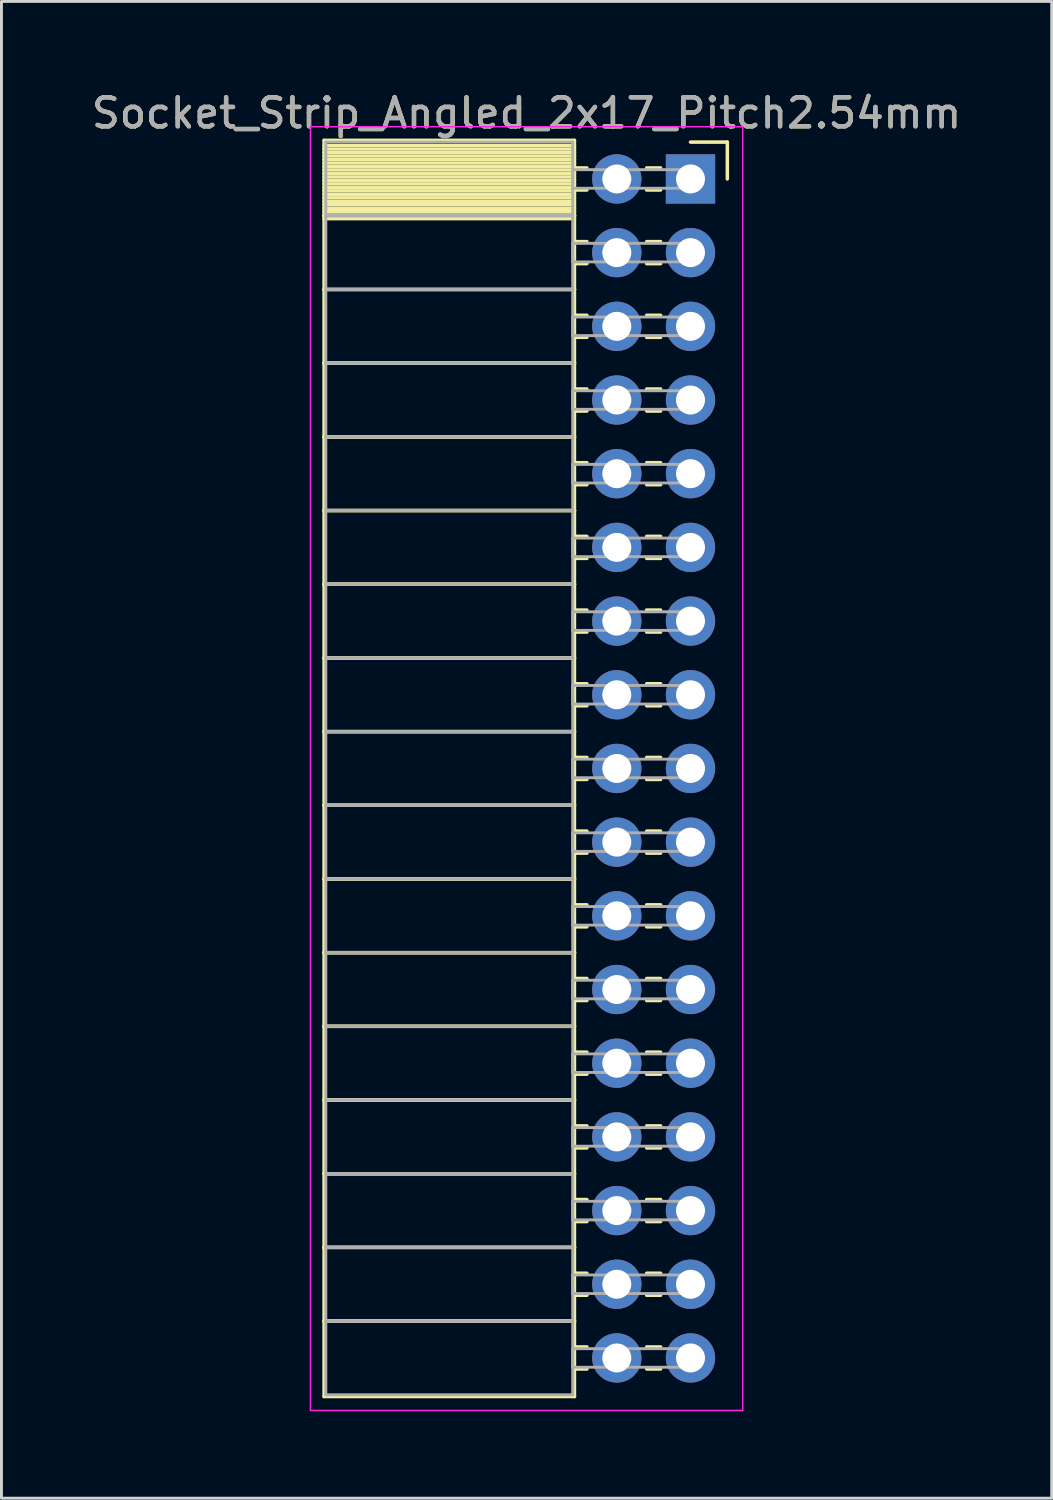
<source format=kicad_pcb>
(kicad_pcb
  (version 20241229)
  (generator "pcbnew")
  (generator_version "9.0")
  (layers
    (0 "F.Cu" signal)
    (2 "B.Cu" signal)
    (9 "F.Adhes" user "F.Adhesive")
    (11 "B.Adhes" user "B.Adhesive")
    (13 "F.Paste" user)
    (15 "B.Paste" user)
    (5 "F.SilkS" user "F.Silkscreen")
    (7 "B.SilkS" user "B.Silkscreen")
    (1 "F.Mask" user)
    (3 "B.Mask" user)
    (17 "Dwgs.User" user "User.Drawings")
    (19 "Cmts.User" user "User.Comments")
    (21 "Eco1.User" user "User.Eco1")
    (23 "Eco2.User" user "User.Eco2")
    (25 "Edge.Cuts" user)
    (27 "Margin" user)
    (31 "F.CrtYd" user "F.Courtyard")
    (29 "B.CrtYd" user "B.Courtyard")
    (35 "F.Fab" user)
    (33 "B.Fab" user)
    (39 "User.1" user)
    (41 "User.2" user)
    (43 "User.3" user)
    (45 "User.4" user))
  (footprint "Socket_Strip_Angled_2x17_Pitch2.54mm"
    (layer "F.Cu")
    (at 20.751 3.118)
    (property "Reference" "Socket_Strip_Angled_2x17_Pitch2.54mm" (at -5.65 -2.27 0) (layer "F.SilkS") (effects (font (size 1 1) (thickness 0.15))))
    (attr through_hole)
    (fp_line (start -12.63 -1.33) (end -4 -1.33) (stroke (width 0.12) (type solid)) (layer "F.SilkS"))
    (fp_line (start -12.63 1.27) (end -12.63 -1.33) (stroke (width 0.12) (type solid)) (layer "F.SilkS"))
    (fp_line (start -12.63 1.27) (end -4 1.27) (stroke (width 0.12) (type solid)) (layer "F.SilkS"))
    (fp_line (start -12.63 3.81) (end -12.63 1.27) (stroke (width 0.12) (type solid)) (layer "F.SilkS"))
    (fp_line (start -12.63 3.81) (end -4 3.81) (stroke (width 0.12) (type solid)) (layer "F.SilkS"))
    (fp_line (start -12.63 6.35) (end -12.63 3.81) (stroke (width 0.12) (type solid)) (layer "F.SilkS"))
    (fp_line (start -12.63 6.35) (end -4 6.35) (stroke (width 0.12) (type solid)) (layer "F.SilkS"))
    (fp_line (start -12.63 8.89) (end -12.63 6.35) (stroke (width 0.12) (type solid)) (layer "F.SilkS"))
    (fp_line (start -12.63 8.89) (end -4 8.89) (stroke (width 0.12) (type solid)) (layer "F.SilkS"))
    (fp_line (start -12.63 11.43) (end -12.63 8.89) (stroke (width 0.12) (type solid)) (layer "F.SilkS"))
    (fp_line (start -12.63 11.43) (end -4 11.43) (stroke (width 0.12) (type solid)) (layer "F.SilkS"))
    (fp_line (start -12.63 13.97) (end -12.63 11.43) (stroke (width 0.12) (type solid)) (layer "F.SilkS"))
    (fp_line (start -12.63 13.97) (end -4 13.97) (stroke (width 0.12) (type solid)) (layer "F.SilkS"))
    (fp_line (start -12.63 16.51) (end -12.63 13.97) (stroke (width 0.12) (type solid)) (layer "F.SilkS"))
    (fp_line (start -12.63 16.51) (end -4 16.51) (stroke (width 0.12) (type solid)) (layer "F.SilkS"))
    (fp_line (start -12.63 19.05) (end -12.63 16.51) (stroke (width 0.12) (type solid)) (layer "F.SilkS"))
    (fp_line (start -12.63 19.05) (end -4 19.05) (stroke (width 0.12) (type solid)) (layer "F.SilkS"))
    (fp_line (start -12.63 21.59) (end -12.63 19.05) (stroke (width 0.12) (type solid)) (layer "F.SilkS"))
    (fp_line (start -12.63 21.59) (end -4 21.59) (stroke (width 0.12) (type solid)) (layer "F.SilkS"))
    (fp_line (start -12.63 24.13) (end -12.63 21.59) (stroke (width 0.12) (type solid)) (layer "F.SilkS"))
    (fp_line (start -12.63 24.13) (end -4 24.13) (stroke (width 0.12) (type solid)) (layer "F.SilkS"))
    (fp_line (start -12.63 26.67) (end -12.63 24.13) (stroke (width 0.12) (type solid)) (layer "F.SilkS"))
    (fp_line (start -12.63 26.67) (end -4 26.67) (stroke (width 0.12) (type solid)) (layer "F.SilkS"))
    (fp_line (start -12.63 29.21) (end -12.63 26.67) (stroke (width 0.12) (type solid)) (layer "F.SilkS"))
    (fp_line (start -12.63 29.21) (end -4 29.21) (stroke (width 0.12) (type solid)) (layer "F.SilkS"))
    (fp_line (start -12.63 31.75) (end -12.63 29.21) (stroke (width 0.12) (type solid)) (layer "F.SilkS"))
    (fp_line (start -12.63 31.75) (end -4 31.75) (stroke (width 0.12) (type solid)) (layer "F.SilkS"))
    (fp_line (start -12.63 34.29) (end -12.63 31.75) (stroke (width 0.12) (type solid)) (layer "F.SilkS"))
    (fp_line (start -12.63 34.29) (end -4 34.29) (stroke (width 0.12) (type solid)) (layer "F.SilkS"))
    (fp_line (start -12.63 36.83) (end -12.63 34.29) (stroke (width 0.12) (type solid)) (layer "F.SilkS"))
    (fp_line (start -12.63 36.83) (end -4 36.83) (stroke (width 0.12) (type solid)) (layer "F.SilkS"))
    (fp_line (start -12.63 39.37) (end -12.63 36.83) (stroke (width 0.12) (type solid)) (layer "F.SilkS"))
    (fp_line (start -12.63 39.37) (end -4 39.37) (stroke (width 0.12) (type solid)) (layer "F.SilkS"))
    (fp_line (start -12.63 41.97) (end -12.63 39.37) (stroke (width 0.12) (type solid)) (layer "F.SilkS"))
    (fp_line (start -4 -1.33) (end -4 1.27) (stroke (width 0.12) (type solid)) (layer "F.SilkS"))
    (fp_line (start -4 -1.15) (end -12.63 -1.15) (stroke (width 0.12) (type solid)) (layer "F.SilkS"))
    (fp_line (start -4 -1.03) (end -12.63 -1.03) (stroke (width 0.12) (type solid)) (layer "F.SilkS"))
    (fp_line (start -4 -0.91) (end -12.63 -0.91) (stroke (width 0.12) (type solid)) (layer "F.SilkS"))
    (fp_line (start -4 -0.79) (end -12.63 -0.79) (stroke (width 0.12) (type solid)) (layer "F.SilkS"))
    (fp_line (start -4 -0.67) (end -12.63 -0.67) (stroke (width 0.12) (type solid)) (layer "F.SilkS"))
    (fp_line (start -4 -0.55) (end -12.63 -0.55) (stroke (width 0.12) (type solid)) (layer "F.SilkS"))
    (fp_line (start -4 -0.43) (end -12.63 -0.43) (stroke (width 0.12) (type solid)) (layer "F.SilkS"))
    (fp_line (start -4 -0.31) (end -12.63 -0.31) (stroke (width 0.12) (type solid)) (layer "F.SilkS"))
    (fp_line (start -4 -0.19) (end -12.63 -0.19) (stroke (width 0.12) (type solid)) (layer "F.SilkS"))
    (fp_line (start -4 -0.07) (end -12.63 -0.07) (stroke (width 0.12) (type solid)) (layer "F.SilkS"))
    (fp_line (start -4 0.05) (end -12.63 0.05) (stroke (width 0.12) (type solid)) (layer "F.SilkS"))
    (fp_line (start -4 0.17) (end -12.63 0.17) (stroke (width 0.12) (type solid)) (layer "F.SilkS"))
    (fp_line (start -4 0.29) (end -12.63 0.29) (stroke (width 0.12) (type solid)) (layer "F.SilkS"))
    (fp_line (start -4 0.41) (end -12.63 0.41) (stroke (width 0.12) (type solid)) (layer "F.SilkS"))
    (fp_line (start -4 0.53) (end -12.63 0.53) (stroke (width 0.12) (type solid)) (layer "F.SilkS"))
    (fp_line (start -4 0.65) (end -12.63 0.65) (stroke (width 0.12) (type solid)) (layer "F.SilkS"))
    (fp_line (start -4 0.77) (end -12.63 0.77) (stroke (width 0.12) (type solid)) (layer "F.SilkS"))
    (fp_line (start -4 0.89) (end -12.63 0.89) (stroke (width 0.12) (type solid)) (layer "F.SilkS"))
    (fp_line (start -4 1.01) (end -12.63 1.01) (stroke (width 0.12) (type solid)) (layer "F.SilkS"))
    (fp_line (start -4 1.13) (end -12.63 1.13) (stroke (width 0.12) (type solid)) (layer "F.SilkS"))
    (fp_line (start -4 1.25) (end -12.63 1.25) (stroke (width 0.12) (type solid)) (layer "F.SilkS"))
    (fp_line (start -4 1.27) (end -12.63 1.27) (stroke (width 0.12) (type solid)) (layer "F.SilkS"))
    (fp_line (start -4 1.27) (end -4 3.81) (stroke (width 0.12) (type solid)) (layer "F.SilkS"))
    (fp_line (start -4 1.37) (end -12.63 1.37) (stroke (width 0.12) (type solid)) (layer "F.SilkS"))
    (fp_line (start -4 3.81) (end -12.63 3.81) (stroke (width 0.12) (type solid)) (layer "F.SilkS"))
    (fp_line (start -4 3.81) (end -4 6.35) (stroke (width 0.12) (type solid)) (layer "F.SilkS"))
    (fp_line (start -4 6.35) (end -12.63 6.35) (stroke (width 0.12) (type solid)) (layer "F.SilkS"))
    (fp_line (start -4 6.35) (end -4 8.89) (stroke (width 0.12) (type solid)) (layer "F.SilkS"))
    (fp_line (start -4 8.89) (end -12.63 8.89) (stroke (width 0.12) (type solid)) (layer "F.SilkS"))
    (fp_line (start -4 8.89) (end -4 11.43) (stroke (width 0.12) (type solid)) (layer "F.SilkS"))
    (fp_line (start -4 11.43) (end -12.63 11.43) (stroke (width 0.12) (type solid)) (layer "F.SilkS"))
    (fp_line (start -4 11.43) (end -4 13.97) (stroke (width 0.12) (type solid)) (layer "F.SilkS"))
    (fp_line (start -4 13.97) (end -12.63 13.97) (stroke (width 0.12) (type solid)) (layer "F.SilkS"))
    (fp_line (start -4 13.97) (end -4 16.51) (stroke (width 0.12) (type solid)) (layer "F.SilkS"))
    (fp_line (start -4 16.51) (end -12.63 16.51) (stroke (width 0.12) (type solid)) (layer "F.SilkS"))
    (fp_line (start -4 16.51) (end -4 19.05) (stroke (width 0.12) (type solid)) (layer "F.SilkS"))
    (fp_line (start -4 19.05) (end -12.63 19.05) (stroke (width 0.12) (type solid)) (layer "F.SilkS"))
    (fp_line (start -4 19.05) (end -4 21.59) (stroke (width 0.12) (type solid)) (layer "F.SilkS"))
    (fp_line (start -4 21.59) (end -12.63 21.59) (stroke (width 0.12) (type solid)) (layer "F.SilkS"))
    (fp_line (start -4 21.59) (end -4 24.13) (stroke (width 0.12) (type solid)) (layer "F.SilkS"))
    (fp_line (start -4 24.13) (end -12.63 24.13) (stroke (width 0.12) (type solid)) (layer "F.SilkS"))
    (fp_line (start -4 24.13) (end -4 26.67) (stroke (width 0.12) (type solid)) (layer "F.SilkS"))
    (fp_line (start -4 26.67) (end -12.63 26.67) (stroke (width 0.12) (type solid)) (layer "F.SilkS"))
    (fp_line (start -4 26.67) (end -4 29.21) (stroke (width 0.12) (type solid)) (layer "F.SilkS"))
    (fp_line (start -4 29.21) (end -12.63 29.21) (stroke (width 0.12) (type solid)) (layer "F.SilkS"))
    (fp_line (start -4 29.21) (end -4 31.75) (stroke (width 0.12) (type solid)) (layer "F.SilkS"))
    (fp_line (start -4 31.75) (end -12.63 31.75) (stroke (width 0.12) (type solid)) (layer "F.SilkS"))
    (fp_line (start -4 31.75) (end -4 34.29) (stroke (width 0.12) (type solid)) (layer "F.SilkS"))
    (fp_line (start -4 34.29) (end -12.63 34.29) (stroke (width 0.12) (type solid)) (layer "F.SilkS"))
    (fp_line (start -4 34.29) (end -4 36.83) (stroke (width 0.12) (type solid)) (layer "F.SilkS"))
    (fp_line (start -4 36.83) (end -12.63 36.83) (stroke (width 0.12) (type solid)) (layer "F.SilkS"))
    (fp_line (start -4 36.83) (end -4 39.37) (stroke (width 0.12) (type solid)) (layer "F.SilkS"))
    (fp_line (start -4 39.37) (end -12.63 39.37) (stroke (width 0.12) (type solid)) (layer "F.SilkS"))
    (fp_line (start -4 39.37) (end -4 41.97) (stroke (width 0.12) (type solid)) (layer "F.SilkS"))
    (fp_line (start -4 41.97) (end -12.63 41.97) (stroke (width 0.12) (type solid)) (layer "F.SilkS"))
    (fp_line (start -3.57 -0.38) (end -4 -0.38) (stroke (width 0.12) (type solid)) (layer "F.SilkS"))
    (fp_line (start -3.57 0.38) (end -4 0.38) (stroke (width 0.12) (type solid)) (layer "F.SilkS"))
    (fp_line (start -3.57 2.16) (end -4 2.16) (stroke (width 0.12) (type solid)) (layer "F.SilkS"))
    (fp_line (start -3.57 2.92) (end -4 2.92) (stroke (width 0.12) (type solid)) (layer "F.SilkS"))
    (fp_line (start -3.57 4.7) (end -4 4.7) (stroke (width 0.12) (type solid)) (layer "F.SilkS"))
    (fp_line (start -3.57 5.46) (end -4 5.46) (stroke (width 0.12) (type solid)) (layer "F.SilkS"))
    (fp_line (start -3.57 7.24) (end -4 7.24) (stroke (width 0.12) (type solid)) (layer "F.SilkS"))
    (fp_line (start -3.57 8) (end -4 8) (stroke (width 0.12) (type solid)) (layer "F.SilkS"))
    (fp_line (start -3.57 9.78) (end -4 9.78) (stroke (width 0.12) (type solid)) (layer "F.SilkS"))
    (fp_line (start -3.57 10.54) (end -4 10.54) (stroke (width 0.12) (type solid)) (layer "F.SilkS"))
    (fp_line (start -3.57 12.32) (end -4 12.32) (stroke (width 0.12) (type solid)) (layer "F.SilkS"))
    (fp_line (start -3.57 13.08) (end -4 13.08) (stroke (width 0.12) (type solid)) (layer "F.SilkS"))
    (fp_line (start -3.57 14.86) (end -4 14.86) (stroke (width 0.12) (type solid)) (layer "F.SilkS"))
    (fp_line (start -3.57 15.62) (end -4 15.62) (stroke (width 0.12) (type solid)) (layer "F.SilkS"))
    (fp_line (start -3.57 17.4) (end -4 17.4) (stroke (width 0.12) (type solid)) (layer "F.SilkS"))
    (fp_line (start -3.57 18.16) (end -4 18.16) (stroke (width 0.12) (type solid)) (layer "F.SilkS"))
    (fp_line (start -3.57 19.94) (end -4 19.94) (stroke (width 0.12) (type solid)) (layer "F.SilkS"))
    (fp_line (start -3.57 20.7) (end -4 20.7) (stroke (width 0.12) (type solid)) (layer "F.SilkS"))
    (fp_line (start -3.57 22.48) (end -4 22.48) (stroke (width 0.12) (type solid)) (layer "F.SilkS"))
    (fp_line (start -3.57 23.24) (end -4 23.24) (stroke (width 0.12) (type solid)) (layer "F.SilkS"))
    (fp_line (start -3.57 25.02) (end -4 25.02) (stroke (width 0.12) (type solid)) (layer "F.SilkS"))
    (fp_line (start -3.57 25.78) (end -4 25.78) (stroke (width 0.12) (type solid)) (layer "F.SilkS"))
    (fp_line (start -3.57 27.56) (end -4 27.56) (stroke (width 0.12) (type solid)) (layer "F.SilkS"))
    (fp_line (start -3.57 28.32) (end -4 28.32) (stroke (width 0.12) (type solid)) (layer "F.SilkS"))
    (fp_line (start -3.57 30.1) (end -4 30.1) (stroke (width 0.12) (type solid)) (layer "F.SilkS"))
    (fp_line (start -3.57 30.86) (end -4 30.86) (stroke (width 0.12) (type solid)) (layer "F.SilkS"))
    (fp_line (start -3.57 32.64) (end -4 32.64) (stroke (width 0.12) (type solid)) (layer "F.SilkS"))
    (fp_line (start -3.57 33.4) (end -4 33.4) (stroke (width 0.12) (type solid)) (layer "F.SilkS"))
    (fp_line (start -3.57 35.18) (end -4 35.18) (stroke (width 0.12) (type solid)) (layer "F.SilkS"))
    (fp_line (start -3.57 35.94) (end -4 35.94) (stroke (width 0.12) (type solid)) (layer "F.SilkS"))
    (fp_line (start -3.57 37.72) (end -4 37.72) (stroke (width 0.12) (type solid)) (layer "F.SilkS"))
    (fp_line (start -3.57 38.48) (end -4 38.48) (stroke (width 0.12) (type solid)) (layer "F.SilkS"))
    (fp_line (start -3.57 40.26) (end -4 40.26) (stroke (width 0.12) (type solid)) (layer "F.SilkS"))
    (fp_line (start -3.57 41.02) (end -4 41.02) (stroke (width 0.12) (type solid)) (layer "F.SilkS"))
    (fp_line (start -1.03 -0.38) (end -1.51 -0.38) (stroke (width 0.12) (type solid)) (layer "F.SilkS"))
    (fp_line (start -1.03 0.38) (end -1.51 0.38) (stroke (width 0.12) (type solid)) (layer "F.SilkS"))
    (fp_line (start -1.03 2.16) (end -1.51 2.16) (stroke (width 0.12) (type solid)) (layer "F.SilkS"))
    (fp_line (start -1.03 2.92) (end -1.51 2.92) (stroke (width 0.12) (type solid)) (layer "F.SilkS"))
    (fp_line (start -1.03 4.7) (end -1.51 4.7) (stroke (width 0.12) (type solid)) (layer "F.SilkS"))
    (fp_line (start -1.03 5.46) (end -1.51 5.46) (stroke (width 0.12) (type solid)) (layer "F.SilkS"))
    (fp_line (start -1.03 7.24) (end -1.51 7.24) (stroke (width 0.12) (type solid)) (layer "F.SilkS"))
    (fp_line (start -1.03 8) (end -1.51 8) (stroke (width 0.12) (type solid)) (layer "F.SilkS"))
    (fp_line (start -1.03 9.78) (end -1.51 9.78) (stroke (width 0.12) (type solid)) (layer "F.SilkS"))
    (fp_line (start -1.03 10.54) (end -1.51 10.54) (stroke (width 0.12) (type solid)) (layer "F.SilkS"))
    (fp_line (start -1.03 12.32) (end -1.51 12.32) (stroke (width 0.12) (type solid)) (layer "F.SilkS"))
    (fp_line (start -1.03 13.08) (end -1.51 13.08) (stroke (width 0.12) (type solid)) (layer "F.SilkS"))
    (fp_line (start -1.03 14.86) (end -1.51 14.86) (stroke (width 0.12) (type solid)) (layer "F.SilkS"))
    (fp_line (start -1.03 15.62) (end -1.51 15.62) (stroke (width 0.12) (type solid)) (layer "F.SilkS"))
    (fp_line (start -1.03 17.4) (end -1.51 17.4) (stroke (width 0.12) (type solid)) (layer "F.SilkS"))
    (fp_line (start -1.03 18.16) (end -1.51 18.16) (stroke (width 0.12) (type solid)) (layer "F.SilkS"))
    (fp_line (start -1.03 19.94) (end -1.51 19.94) (stroke (width 0.12) (type solid)) (layer "F.SilkS"))
    (fp_line (start -1.03 20.7) (end -1.51 20.7) (stroke (width 0.12) (type solid)) (layer "F.SilkS"))
    (fp_line (start -1.03 22.48) (end -1.51 22.48) (stroke (width 0.12) (type solid)) (layer "F.SilkS"))
    (fp_line (start -1.03 23.24) (end -1.51 23.24) (stroke (width 0.12) (type solid)) (layer "F.SilkS"))
    (fp_line (start -1.03 25.02) (end -1.51 25.02) (stroke (width 0.12) (type solid)) (layer "F.SilkS"))
    (fp_line (start -1.03 25.78) (end -1.51 25.78) (stroke (width 0.12) (type solid)) (layer "F.SilkS"))
    (fp_line (start -1.03 27.56) (end -1.51 27.56) (stroke (width 0.12) (type solid)) (layer "F.SilkS"))
    (fp_line (start -1.03 28.32) (end -1.51 28.32) (stroke (width 0.12) (type solid)) (layer "F.SilkS"))
    (fp_line (start -1.03 30.1) (end -1.51 30.1) (stroke (width 0.12) (type solid)) (layer "F.SilkS"))
    (fp_line (start -1.03 30.86) (end -1.51 30.86) (stroke (width 0.12) (type solid)) (layer "F.SilkS"))
    (fp_line (start -1.03 32.64) (end -1.51 32.64) (stroke (width 0.12) (type solid)) (layer "F.SilkS"))
    (fp_line (start -1.03 33.4) (end -1.51 33.4) (stroke (width 0.12) (type solid)) (layer "F.SilkS"))
    (fp_line (start -1.03 35.18) (end -1.51 35.18) (stroke (width 0.12) (type solid)) (layer "F.SilkS"))
    (fp_line (start -1.03 35.94) (end -1.51 35.94) (stroke (width 0.12) (type solid)) (layer "F.SilkS"))
    (fp_line (start -1.03 37.72) (end -1.51 37.72) (stroke (width 0.12) (type solid)) (layer "F.SilkS"))
    (fp_line (start -1.03 38.48) (end -1.51 38.48) (stroke (width 0.12) (type solid)) (layer "F.SilkS"))
    (fp_line (start -1.03 40.26) (end -1.51 40.26) (stroke (width 0.12) (type solid)) (layer "F.SilkS"))
    (fp_line (start -1.03 41.02) (end -1.51 41.02) (stroke (width 0.12) (type solid)) (layer "F.SilkS"))
    (fp_line (start 0 -1.27) (end 1.27 -1.27) (stroke (width 0.12) (type solid)) (layer "F.SilkS"))
    (fp_line (start 1.27 -1.27) (end 1.27 0) (stroke (width 0.12) (type solid)) (layer "F.SilkS"))
    (fp_line (start -13.1 -1.8) (end 1.8 -1.8) (stroke (width 0.05) (type solid)) (layer "F.CrtYd"))
    (fp_line (start -13.1 42.45) (end -13.1 -1.8) (stroke (width 0.05) (type solid)) (layer "F.CrtYd"))
    (fp_line (start 1.8 -1.8) (end 1.8 42.45) (stroke (width 0.05) (type solid)) (layer "F.CrtYd"))
    (fp_line (start 1.8 42.45) (end -13.1 42.45) (stroke (width 0.05) (type solid)) (layer "F.CrtYd"))
    (fp_line (start -12.57 -1.27) (end -4.06 -1.27) (stroke (width 0.1) (type solid)) (layer "F.Fab"))
    (fp_line (start -12.57 1.27) (end -12.57 -1.27) (stroke (width 0.1) (type solid)) (layer "F.Fab"))
    (fp_line (start -12.57 1.27) (end -4.06 1.27) (stroke (width 0.1) (type solid)) (layer "F.Fab"))
    (fp_line (start -12.57 3.81) (end -12.57 1.27) (stroke (width 0.1) (type solid)) (layer "F.Fab"))
    (fp_line (start -12.57 3.81) (end -4.06 3.81) (stroke (width 0.1) (type solid)) (layer "F.Fab"))
    (fp_line (start -12.57 6.35) (end -12.57 3.81) (stroke (width 0.1) (type solid)) (layer "F.Fab"))
    (fp_line (start -12.57 6.35) (end -4.06 6.35) (stroke (width 0.1) (type solid)) (layer "F.Fab"))
    (fp_line (start -12.57 8.89) (end -12.57 6.35) (stroke (width 0.1) (type solid)) (layer "F.Fab"))
    (fp_line (start -12.57 8.89) (end -4.06 8.89) (stroke (width 0.1) (type solid)) (layer "F.Fab"))
    (fp_line (start -12.57 11.43) (end -12.57 8.89) (stroke (width 0.1) (type solid)) (layer "F.Fab"))
    (fp_line (start -12.57 11.43) (end -4.06 11.43) (stroke (width 0.1) (type solid)) (layer "F.Fab"))
    (fp_line (start -12.57 13.97) (end -12.57 11.43) (stroke (width 0.1) (type solid)) (layer "F.Fab"))
    (fp_line (start -12.57 13.97) (end -4.06 13.97) (stroke (width 0.1) (type solid)) (layer "F.Fab"))
    (fp_line (start -12.57 16.51) (end -12.57 13.97) (stroke (width 0.1) (type solid)) (layer "F.Fab"))
    (fp_line (start -12.57 16.51) (end -4.06 16.51) (stroke (width 0.1) (type solid)) (layer "F.Fab"))
    (fp_line (start -12.57 19.05) (end -12.57 16.51) (stroke (width 0.1) (type solid)) (layer "F.Fab"))
    (fp_line (start -12.57 19.05) (end -4.06 19.05) (stroke (width 0.1) (type solid)) (layer "F.Fab"))
    (fp_line (start -12.57 21.59) (end -12.57 19.05) (stroke (width 0.1) (type solid)) (layer "F.Fab"))
    (fp_line (start -12.57 21.59) (end -4.06 21.59) (stroke (width 0.1) (type solid)) (layer "F.Fab"))
    (fp_line (start -12.57 24.13) (end -12.57 21.59) (stroke (width 0.1) (type solid)) (layer "F.Fab"))
    (fp_line (start -12.57 24.13) (end -4.06 24.13) (stroke (width 0.1) (type solid)) (layer "F.Fab"))
    (fp_line (start -12.57 26.67) (end -12.57 24.13) (stroke (width 0.1) (type solid)) (layer "F.Fab"))
    (fp_line (start -12.57 26.67) (end -4.06 26.67) (stroke (width 0.1) (type solid)) (layer "F.Fab"))
    (fp_line (start -12.57 29.21) (end -12.57 26.67) (stroke (width 0.1) (type solid)) (layer "F.Fab"))
    (fp_line (start -12.57 29.21) (end -4.06 29.21) (stroke (width 0.1) (type solid)) (layer "F.Fab"))
    (fp_line (start -12.57 31.75) (end -12.57 29.21) (stroke (width 0.1) (type solid)) (layer "F.Fab"))
    (fp_line (start -12.57 31.75) (end -4.06 31.75) (stroke (width 0.1) (type solid)) (layer "F.Fab"))
    (fp_line (start -12.57 34.29) (end -12.57 31.75) (stroke (width 0.1) (type solid)) (layer "F.Fab"))
    (fp_line (start -12.57 34.29) (end -4.06 34.29) (stroke (width 0.1) (type solid)) (layer "F.Fab"))
    (fp_line (start -12.57 36.83) (end -12.57 34.29) (stroke (width 0.1) (type solid)) (layer "F.Fab"))
    (fp_line (start -12.57 36.83) (end -4.06 36.83) (stroke (width 0.1) (type solid)) (layer "F.Fab"))
    (fp_line (start -12.57 39.37) (end -12.57 36.83) (stroke (width 0.1) (type solid)) (layer "F.Fab"))
    (fp_line (start -12.57 39.37) (end -4.06 39.37) (stroke (width 0.1) (type solid)) (layer "F.Fab"))
    (fp_line (start -12.57 41.91) (end -12.57 39.37) (stroke (width 0.1) (type solid)) (layer "F.Fab"))
    (fp_line (start -4.06 -1.27) (end -4.06 1.27) (stroke (width 0.1) (type solid)) (layer "F.Fab"))
    (fp_line (start -4.06 -0.32) (end 0 -0.32) (stroke (width 0.1) (type solid)) (layer "F.Fab"))
    (fp_line (start -4.06 0.32) (end -4.06 -0.32) (stroke (width 0.1) (type solid)) (layer "F.Fab"))
    (fp_line (start -4.06 1.27) (end -12.57 1.27) (stroke (width 0.1) (type solid)) (layer "F.Fab"))
    (fp_line (start -4.06 1.27) (end -4.06 3.81) (stroke (width 0.1) (type solid)) (layer "F.Fab"))
    (fp_line (start -4.06 2.22) (end 0 2.22) (stroke (width 0.1) (type solid)) (layer "F.Fab"))
    (fp_line (start -4.06 2.86) (end -4.06 2.22) (stroke (width 0.1) (type solid)) (layer "F.Fab"))
    (fp_line (start -4.06 3.81) (end -12.57 3.81) (stroke (width 0.1) (type solid)) (layer "F.Fab"))
    (fp_line (start -4.06 3.81) (end -4.06 6.35) (stroke (width 0.1) (type solid)) (layer "F.Fab"))
    (fp_line (start -4.06 4.76) (end 0 4.76) (stroke (width 0.1) (type solid)) (layer "F.Fab"))
    (fp_line (start -4.06 5.4) (end -4.06 4.76) (stroke (width 0.1) (type solid)) (layer "F.Fab"))
    (fp_line (start -4.06 6.35) (end -12.57 6.35) (stroke (width 0.1) (type solid)) (layer "F.Fab"))
    (fp_line (start -4.06 6.35) (end -4.06 8.89) (stroke (width 0.1) (type solid)) (layer "F.Fab"))
    (fp_line (start -4.06 7.3) (end 0 7.3) (stroke (width 0.1) (type solid)) (layer "F.Fab"))
    (fp_line (start -4.06 7.94) (end -4.06 7.3) (stroke (width 0.1) (type solid)) (layer "F.Fab"))
    (fp_line (start -4.06 8.89) (end -12.57 8.89) (stroke (width 0.1) (type solid)) (layer "F.Fab"))
    (fp_line (start -4.06 8.89) (end -4.06 11.43) (stroke (width 0.1) (type solid)) (layer "F.Fab"))
    (fp_line (start -4.06 9.84) (end 0 9.84) (stroke (width 0.1) (type solid)) (layer "F.Fab"))
    (fp_line (start -4.06 10.48) (end -4.06 9.84) (stroke (width 0.1) (type solid)) (layer "F.Fab"))
    (fp_line (start -4.06 11.43) (end -12.57 11.43) (stroke (width 0.1) (type solid)) (layer "F.Fab"))
    (fp_line (start -4.06 11.43) (end -4.06 13.97) (stroke (width 0.1) (type solid)) (layer "F.Fab"))
    (fp_line (start -4.06 12.38) (end 0 12.38) (stroke (width 0.1) (type solid)) (layer "F.Fab"))
    (fp_line (start -4.06 13.02) (end -4.06 12.38) (stroke (width 0.1) (type solid)) (layer "F.Fab"))
    (fp_line (start -4.06 13.97) (end -12.57 13.97) (stroke (width 0.1) (type solid)) (layer "F.Fab"))
    (fp_line (start -4.06 13.97) (end -4.06 16.51) (stroke (width 0.1) (type solid)) (layer "F.Fab"))
    (fp_line (start -4.06 14.92) (end 0 14.92) (stroke (width 0.1) (type solid)) (layer "F.Fab"))
    (fp_line (start -4.06 15.56) (end -4.06 14.92) (stroke (width 0.1) (type solid)) (layer "F.Fab"))
    (fp_line (start -4.06 16.51) (end -12.57 16.51) (stroke (width 0.1) (type solid)) (layer "F.Fab"))
    (fp_line (start -4.06 16.51) (end -4.06 19.05) (stroke (width 0.1) (type solid)) (layer "F.Fab"))
    (fp_line (start -4.06 17.46) (end 0 17.46) (stroke (width 0.1) (type solid)) (layer "F.Fab"))
    (fp_line (start -4.06 18.1) (end -4.06 17.46) (stroke (width 0.1) (type solid)) (layer "F.Fab"))
    (fp_line (start -4.06 19.05) (end -12.57 19.05) (stroke (width 0.1) (type solid)) (layer "F.Fab"))
    (fp_line (start -4.06 19.05) (end -4.06 21.59) (stroke (width 0.1) (type solid)) (layer "F.Fab"))
    (fp_line (start -4.06 20) (end 0 20) (stroke (width 0.1) (type solid)) (layer "F.Fab"))
    (fp_line (start -4.06 20.64) (end -4.06 20) (stroke (width 0.1) (type solid)) (layer "F.Fab"))
    (fp_line (start -4.06 21.59) (end -12.57 21.59) (stroke (width 0.1) (type solid)) (layer "F.Fab"))
    (fp_line (start -4.06 21.59) (end -4.06 24.13) (stroke (width 0.1) (type solid)) (layer "F.Fab"))
    (fp_line (start -4.06 22.54) (end 0 22.54) (stroke (width 0.1) (type solid)) (layer "F.Fab"))
    (fp_line (start -4.06 23.18) (end -4.06 22.54) (stroke (width 0.1) (type solid)) (layer "F.Fab"))
    (fp_line (start -4.06 24.13) (end -12.57 24.13) (stroke (width 0.1) (type solid)) (layer "F.Fab"))
    (fp_line (start -4.06 24.13) (end -4.06 26.67) (stroke (width 0.1) (type solid)) (layer "F.Fab"))
    (fp_line (start -4.06 25.08) (end 0 25.08) (stroke (width 0.1) (type solid)) (layer "F.Fab"))
    (fp_line (start -4.06 25.72) (end -4.06 25.08) (stroke (width 0.1) (type solid)) (layer "F.Fab"))
    (fp_line (start -4.06 26.67) (end -12.57 26.67) (stroke (width 0.1) (type solid)) (layer "F.Fab"))
    (fp_line (start -4.06 26.67) (end -4.06 29.21) (stroke (width 0.1) (type solid)) (layer "F.Fab"))
    (fp_line (start -4.06 27.62) (end 0 27.62) (stroke (width 0.1) (type solid)) (layer "F.Fab"))
    (fp_line (start -4.06 28.26) (end -4.06 27.62) (stroke (width 0.1) (type solid)) (layer "F.Fab"))
    (fp_line (start -4.06 29.21) (end -12.57 29.21) (stroke (width 0.1) (type solid)) (layer "F.Fab"))
    (fp_line (start -4.06 29.21) (end -4.06 31.75) (stroke (width 0.1) (type solid)) (layer "F.Fab"))
    (fp_line (start -4.06 30.16) (end 0 30.16) (stroke (width 0.1) (type solid)) (layer "F.Fab"))
    (fp_line (start -4.06 30.8) (end -4.06 30.16) (stroke (width 0.1) (type solid)) (layer "F.Fab"))
    (fp_line (start -4.06 31.75) (end -12.57 31.75) (stroke (width 0.1) (type solid)) (layer "F.Fab"))
    (fp_line (start -4.06 31.75) (end -4.06 34.29) (stroke (width 0.1) (type solid)) (layer "F.Fab"))
    (fp_line (start -4.06 32.7) (end 0 32.7) (stroke (width 0.1) (type solid)) (layer "F.Fab"))
    (fp_line (start -4.06 33.34) (end -4.06 32.7) (stroke (width 0.1) (type solid)) (layer "F.Fab"))
    (fp_line (start -4.06 34.29) (end -12.57 34.29) (stroke (width 0.1) (type solid)) (layer "F.Fab"))
    (fp_line (start -4.06 34.29) (end -4.06 36.83) (stroke (width 0.1) (type solid)) (layer "F.Fab"))
    (fp_line (start -4.06 35.24) (end 0 35.24) (stroke (width 0.1) (type solid)) (layer "F.Fab"))
    (fp_line (start -4.06 35.88) (end -4.06 35.24) (stroke (width 0.1) (type solid)) (layer "F.Fab"))
    (fp_line (start -4.06 36.83) (end -12.57 36.83) (stroke (width 0.1) (type solid)) (layer "F.Fab"))
    (fp_line (start -4.06 36.83) (end -4.06 39.37) (stroke (width 0.1) (type solid)) (layer "F.Fab"))
    (fp_line (start -4.06 37.78) (end 0 37.78) (stroke (width 0.1) (type solid)) (layer "F.Fab"))
    (fp_line (start -4.06 38.42) (end -4.06 37.78) (stroke (width 0.1) (type solid)) (layer "F.Fab"))
    (fp_line (start -4.06 39.37) (end -12.57 39.37) (stroke (width 0.1) (type solid)) (layer "F.Fab"))
    (fp_line (start -4.06 39.37) (end -4.06 41.91) (stroke (width 0.1) (type solid)) (layer "F.Fab"))
    (fp_line (start -4.06 40.32) (end 0 40.32) (stroke (width 0.1) (type solid)) (layer "F.Fab"))
    (fp_line (start -4.06 40.96) (end -4.06 40.32) (stroke (width 0.1) (type solid)) (layer "F.Fab"))
    (fp_line (start -4.06 41.91) (end -12.57 41.91) (stroke (width 0.1) (type solid)) (layer "F.Fab"))
    (fp_line (start 0 -0.32) (end 0 0.32) (stroke (width 0.1) (type solid)) (layer "F.Fab"))
    (fp_line (start 0 0.32) (end -4.06 0.32) (stroke (width 0.1) (type solid)) (layer "F.Fab"))
    (fp_line (start 0 2.22) (end 0 2.86) (stroke (width 0.1) (type solid)) (layer "F.Fab"))
    (fp_line (start 0 2.86) (end -4.06 2.86) (stroke (width 0.1) (type solid)) (layer "F.Fab"))
    (fp_line (start 0 4.76) (end 0 5.4) (stroke (width 0.1) (type solid)) (layer "F.Fab"))
    (fp_line (start 0 5.4) (end -4.06 5.4) (stroke (width 0.1) (type solid)) (layer "F.Fab"))
    (fp_line (start 0 7.3) (end 0 7.94) (stroke (width 0.1) (type solid)) (layer "F.Fab"))
    (fp_line (start 0 7.94) (end -4.06 7.94) (stroke (width 0.1) (type solid)) (layer "F.Fab"))
    (fp_line (start 0 9.84) (end 0 10.48) (stroke (width 0.1) (type solid)) (layer "F.Fab"))
    (fp_line (start 0 10.48) (end -4.06 10.48) (stroke (width 0.1) (type solid)) (layer "F.Fab"))
    (fp_line (start 0 12.38) (end 0 13.02) (stroke (width 0.1) (type solid)) (layer "F.Fab"))
    (fp_line (start 0 13.02) (end -4.06 13.02) (stroke (width 0.1) (type solid)) (layer "F.Fab"))
    (fp_line (start 0 14.92) (end 0 15.56) (stroke (width 0.1) (type solid)) (layer "F.Fab"))
    (fp_line (start 0 15.56) (end -4.06 15.56) (stroke (width 0.1) (type solid)) (layer "F.Fab"))
    (fp_line (start 0 17.46) (end 0 18.1) (stroke (width 0.1) (type solid)) (layer "F.Fab"))
    (fp_line (start 0 18.1) (end -4.06 18.1) (stroke (width 0.1) (type solid)) (layer "F.Fab"))
    (fp_line (start 0 20) (end 0 20.64) (stroke (width 0.1) (type solid)) (layer "F.Fab"))
    (fp_line (start 0 20.64) (end -4.06 20.64) (stroke (width 0.1) (type solid)) (layer "F.Fab"))
    (fp_line (start 0 22.54) (end 0 23.18) (stroke (width 0.1) (type solid)) (layer "F.Fab"))
    (fp_line (start 0 23.18) (end -4.06 23.18) (stroke (width 0.1) (type solid)) (layer "F.Fab"))
    (fp_line (start 0 25.08) (end 0 25.72) (stroke (width 0.1) (type solid)) (layer "F.Fab"))
    (fp_line (start 0 25.72) (end -4.06 25.72) (stroke (width 0.1) (type solid)) (layer "F.Fab"))
    (fp_line (start 0 27.62) (end 0 28.26) (stroke (width 0.1) (type solid)) (layer "F.Fab"))
    (fp_line (start 0 28.26) (end -4.06 28.26) (stroke (width 0.1) (type solid)) (layer "F.Fab"))
    (fp_line (start 0 30.16) (end 0 30.8) (stroke (width 0.1) (type solid)) (layer "F.Fab"))
    (fp_line (start 0 30.8) (end -4.06 30.8) (stroke (width 0.1) (type solid)) (layer "F.Fab"))
    (fp_line (start 0 32.7) (end 0 33.34) (stroke (width 0.1) (type solid)) (layer "F.Fab"))
    (fp_line (start 0 33.34) (end -4.06 33.34) (stroke (width 0.1) (type solid)) (layer "F.Fab"))
    (fp_line (start 0 35.24) (end 0 35.88) (stroke (width 0.1) (type solid)) (layer "F.Fab"))
    (fp_line (start 0 35.88) (end -4.06 35.88) (stroke (width 0.1) (type solid)) (layer "F.Fab"))
    (fp_line (start 0 37.78) (end 0 38.42) (stroke (width 0.1) (type solid)) (layer "F.Fab"))
    (fp_line (start 0 38.42) (end -4.06 38.42) (stroke (width 0.1) (type solid)) (layer "F.Fab"))
    (fp_line (start 0 40.32) (end 0 40.96) (stroke (width 0.1) (type solid)) (layer "F.Fab"))
    (fp_line (start 0 40.96) (end -4.06 40.96) (stroke (width 0.1) (type solid)) (layer "F.Fab"))
    (fp_text user "${REFERENCE}" (at -5.65 -2.27 0) (layer "F.Fab") (effects (font (size 1 1) (thickness 0.15))))
    (pad "1" thru_hole rect (at 0 0) (size 1.7 1.7) (drill 1) (layers "*.Cu" "*.Mask"))
    (pad "2" thru_hole oval (at -2.54 0) (size 1.7 1.7) (drill 1) (layers "*.Cu" "*.Mask"))
    (pad "3" thru_hole oval (at 0 2.54) (size 1.7 1.7) (drill 1) (layers "*.Cu" "*.Mask"))
    (pad "4" thru_hole oval (at -2.54 2.54) (size 1.7 1.7) (drill 1) (layers "*.Cu" "*.Mask"))
    (pad "5" thru_hole oval (at 0 5.08) (size 1.7 1.7) (drill 1) (layers "*.Cu" "*.Mask"))
    (pad "6" thru_hole oval (at -2.54 5.08) (size 1.7 1.7) (drill 1) (layers "*.Cu" "*.Mask"))
    (pad "7" thru_hole oval (at 0 7.62) (size 1.7 1.7) (drill 1) (layers "*.Cu" "*.Mask"))
    (pad "8" thru_hole oval (at -2.54 7.62) (size 1.7 1.7) (drill 1) (layers "*.Cu" "*.Mask"))
    (pad "9" thru_hole oval (at 0 10.16) (size 1.7 1.7) (drill 1) (layers "*.Cu" "*.Mask"))
    (pad "10" thru_hole oval (at -2.54 10.16) (size 1.7 1.7) (drill 1) (layers "*.Cu" "*.Mask"))
    (pad "11" thru_hole oval (at 0 12.7) (size 1.7 1.7) (drill 1) (layers "*.Cu" "*.Mask"))
    (pad "12" thru_hole oval (at -2.54 12.7) (size 1.7 1.7) (drill 1) (layers "*.Cu" "*.Mask"))
    (pad "13" thru_hole oval (at 0 15.24) (size 1.7 1.7) (drill 1) (layers "*.Cu" "*.Mask"))
    (pad "14" thru_hole oval (at -2.54 15.24) (size 1.7 1.7) (drill 1) (layers "*.Cu" "*.Mask"))
    (pad "15" thru_hole oval (at 0 17.78) (size 1.7 1.7) (drill 1) (layers "*.Cu" "*.Mask"))
    (pad "16" thru_hole oval (at -2.54 17.78) (size 1.7 1.7) (drill 1) (layers "*.Cu" "*.Mask"))
    (pad "17" thru_hole oval (at 0 20.32) (size 1.7 1.7) (drill 1) (layers "*.Cu" "*.Mask"))
    (pad "18" thru_hole oval (at -2.54 20.32) (size 1.7 1.7) (drill 1) (layers "*.Cu" "*.Mask"))
    (pad "19" thru_hole oval (at 0 22.86) (size 1.7 1.7) (drill 1) (layers "*.Cu" "*.Mask"))
    (pad "20" thru_hole oval (at -2.54 22.86) (size 1.7 1.7) (drill 1) (layers "*.Cu" "*.Mask"))
    (pad "21" thru_hole oval (at 0 25.4) (size 1.7 1.7) (drill 1) (layers "*.Cu" "*.Mask"))
    (pad "22" thru_hole oval (at -2.54 25.4) (size 1.7 1.7) (drill 1) (layers "*.Cu" "*.Mask"))
    (pad "23" thru_hole oval (at 0 27.94) (size 1.7 1.7) (drill 1) (layers "*.Cu" "*.Mask"))
    (pad "24" thru_hole oval (at -2.54 27.94) (size 1.7 1.7) (drill 1) (layers "*.Cu" "*.Mask"))
    (pad "25" thru_hole oval (at 0 30.48) (size 1.7 1.7) (drill 1) (layers "*.Cu" "*.Mask"))
    (pad "26" thru_hole oval (at -2.54 30.48) (size 1.7 1.7) (drill 1) (layers "*.Cu" "*.Mask"))
    (pad "27" thru_hole oval (at 0 33.02) (size 1.7 1.7) (drill 1) (layers "*.Cu" "*.Mask"))
    (pad "28" thru_hole oval (at -2.54 33.02) (size 1.7 1.7) (drill 1) (layers "*.Cu" "*.Mask"))
    (pad "29" thru_hole oval (at 0 35.56) (size 1.7 1.7) (drill 1) (layers "*.Cu" "*.Mask"))
    (pad "30" thru_hole oval (at -2.54 35.56) (size 1.7 1.7) (drill 1) (layers "*.Cu" "*.Mask"))
    (pad "31" thru_hole oval (at 0 38.1) (size 1.7 1.7) (drill 1) (layers "*.Cu" "*.Mask"))
    (pad "32" thru_hole oval (at -2.54 38.1) (size 1.7 1.7) (drill 1) (layers "*.Cu" "*.Mask"))
    (pad "33" thru_hole oval (at 0 40.64) (size 1.7 1.7) (drill 1) (layers "*.Cu" "*.Mask"))
    (pad "34" thru_hole oval (at -2.54 40.64) (size 1.7 1.7) (drill 1) (layers "*.Cu" "*.Mask")))
  (gr_rect
    (start -3 -3)
    (end 33.202 48.593)
    (stroke (width 0.1) (type default))
    (fill no)
    (layer "Edge.Cuts")))
</source>
